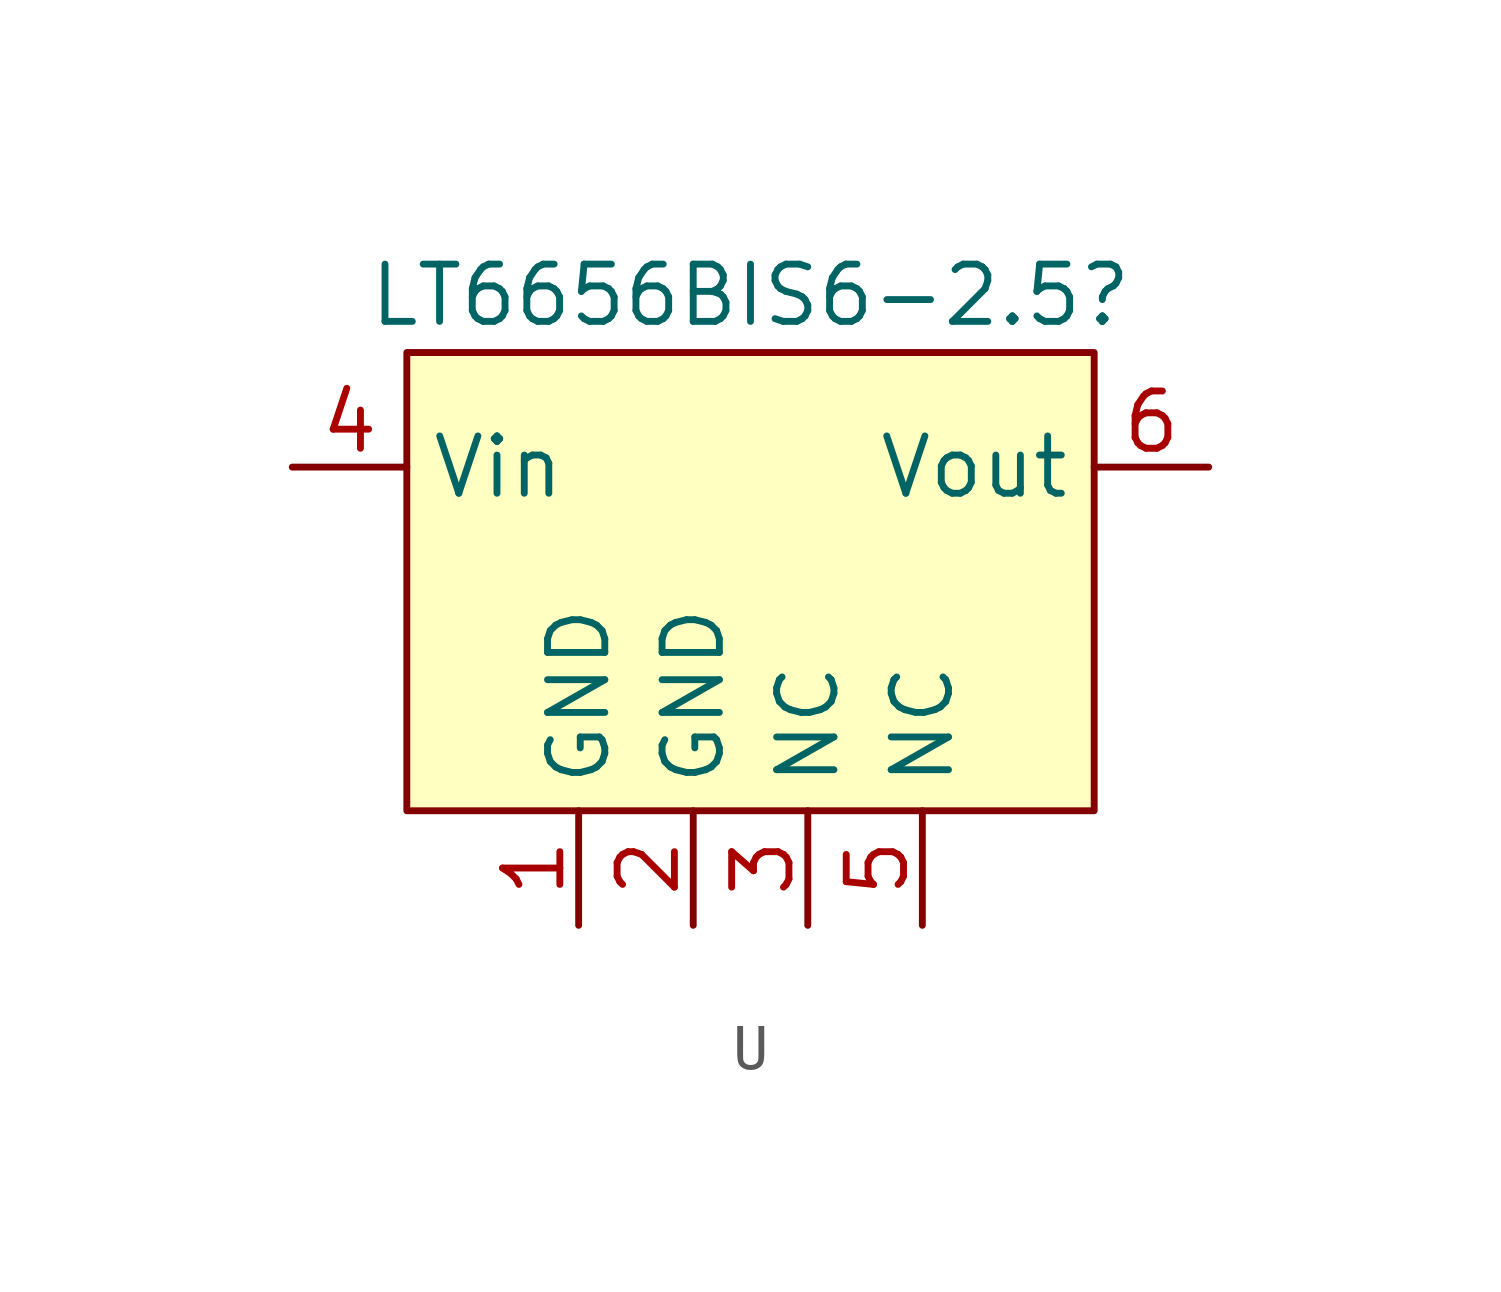
<source format=kicad_sym>
(kicad_symbol_lib
  (version 20220914)
  (generator kicad_symbol_editor)
  (symbol "U"
    (property "Reference" "LT6656BIS6-2.5"
      (at 1.27 3.81 0)
      (effects (font (size 1.27 1.27))))
    (property "Value" ""
      (at -1.27 3.81 0)
      (effects (font (size 1.27 1.27))))
    (symbol "U_1_1"
      (polyline (pts (xy -6.35 2.54) (xy -6.35 -7.62) (xy 8.89 -7.62) (xy 8.89 2.54) (xy -6.35 2.54)) (stroke (width 0) (type default)) (fill (type background)))
      (pin input line (at -2.54 -10.16 90) (length 2.54) (name "GND" (effects (font (size 1.27 1.27)))) (number "1" (effects (font (size 1.27 1.27)))))
      (pin input line (at 0 -10.16 90) (length 2.54) (name "GND" (effects (font (size 1.27 1.27)))) (number "2" (effects (font (size 1.27 1.27)))))
      (pin input line (at 2.54 -10.16 90) (length 2.54) (name "NC" (effects (font (size 1.27 1.27)))) (number "3" (effects (font (size 1.27 1.27)))))
      (pin input line (at -8.89 0 0) (length 2.54) (name "Vin" (effects (font (size 1.27 1.27)))) (number "4" (effects (font (size 1.27 1.27)))))
      (pin input line (at 5.08 -10.16 90) (length 2.54) (name "NC" (effects (font (size 1.27 1.27)))) (number "5" (effects (font (size 1.27 1.27)))))
      (pin input line (at 11.43 0 180) (length 2.54) (name "Vout" (effects (font (size 1.27 1.27)))) (number "6" (effects (font (size 1.27 1.27))))))))
</source>
